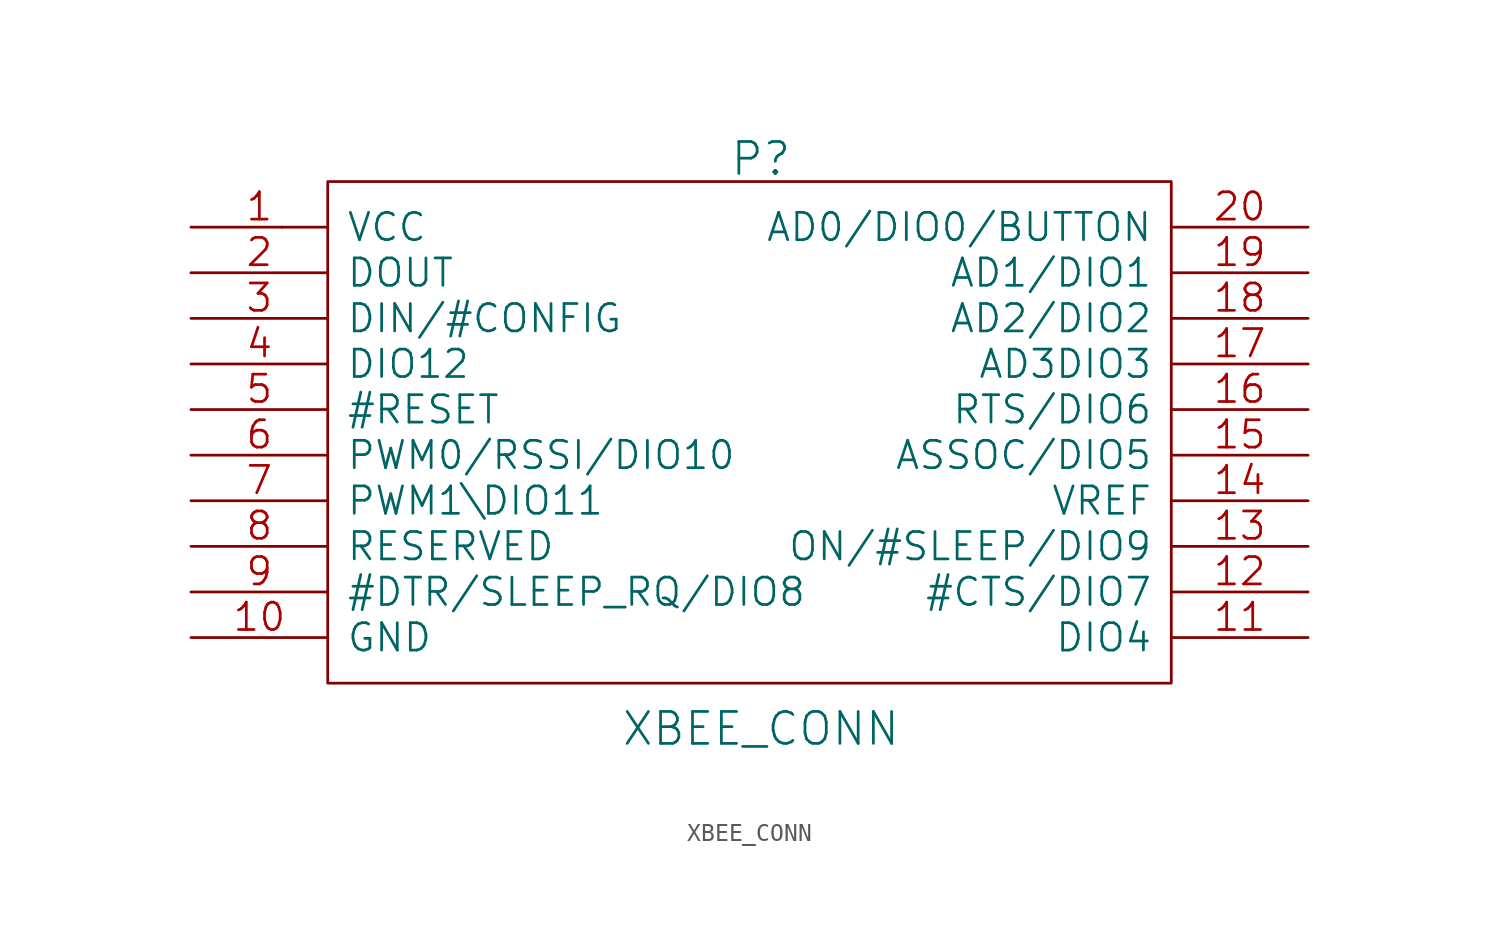
<source format=kicad_sym>
(kicad_symbol_lib
  (version 20220914)
  (generator kicad_symbol_editor)
  (symbol "XBEE_CONN"
    (pin_names
      (offset 1.016))
    (property "Reference" "P"
      (at 0 15.24 0)
      (effects (font (size 1.778 1.778))))
    (property "Value" "XBEE_CONN"
      (at 0 -16.51 0)
      (effects (font (size 1.778 1.778))))
    (property "Footprint" ""
      (at 0 0 0)
      (effects (font (size 1.524 1.524))))
    (property "Datasheet" ""
      (at 0 0 0)
      (effects (font (size 1.524 1.524))))
    (symbol "XBEE_CONN_0_1"
      (rectangle (start -26.67 11.43) (end -26.67 11.43) (stroke (width 0) (type solid)) (fill (type none)))
      (rectangle (start -24.13 13.97) (end 22.86 -13.97) (stroke (width 0) (type solid)) (fill (type none))))
    (symbol "XBEE_CONN_1_1"
      (pin power_in line (at -31.75 11.43 0) (length 7.62) (name "VCC" (effects (font (size 1.524 1.524)))) (number "1" (effects (font (size 1.524 1.524)))))
      (pin power_in line (at -31.75 -11.43 0) (length 7.62) (name "GND" (effects (font (size 1.524 1.524)))) (number "10" (effects (font (size 1.524 1.524)))))
      (pin passive line (at 30.48 -11.43 180) (length 7.62) (name "DIO4" (effects (font (size 1.524 1.524)))) (number "11" (effects (font (size 1.524 1.524)))))
      (pin passive line (at 30.48 -8.89 180) (length 7.62) (name "#CTS/DIO7" (effects (font (size 1.524 1.524)))) (number "12" (effects (font (size 1.524 1.524)))))
      (pin passive line (at 30.48 -6.35 180) (length 7.62) (name "ON/#SLEEP/DIO9" (effects (font (size 1.524 1.524)))) (number "13" (effects (font (size 1.524 1.524)))))
      (pin passive line (at 30.48 -3.81 180) (length 7.62) (name "VREF" (effects (font (size 1.524 1.524)))) (number "14" (effects (font (size 1.524 1.524)))))
      (pin passive line (at 30.48 -1.27 180) (length 7.62) (name "ASSOC/DIO5" (effects (font (size 1.524 1.524)))) (number "15" (effects (font (size 1.524 1.524)))))
      (pin passive line (at 30.48 1.27 180) (length 7.62) (name "RTS/DIO6" (effects (font (size 1.524 1.524)))) (number "16" (effects (font (size 1.524 1.524)))))
      (pin passive line (at 30.48 3.81 180) (length 7.62) (name "AD3DIO3" (effects (font (size 1.524 1.524)))) (number "17" (effects (font (size 1.524 1.524)))))
      (pin passive line (at 30.48 6.35 180) (length 7.62) (name "AD2/DIO2" (effects (font (size 1.524 1.524)))) (number "18" (effects (font (size 1.524 1.524)))))
      (pin passive line (at 30.48 8.89 180) (length 7.62) (name "AD1/DIO1" (effects (font (size 1.524 1.524)))) (number "19" (effects (font (size 1.524 1.524)))))
      (pin passive line (at -31.75 8.89 0) (length 7.62) (name "DOUT" (effects (font (size 1.524 1.524)))) (number "2" (effects (font (size 1.524 1.524)))))
      (pin passive line (at 30.48 11.43 180) (length 7.62) (name "AD0/DIO0/BUTTON" (effects (font (size 1.524 1.524)))) (number "20" (effects (font (size 1.524 1.524)))))
      (pin passive line (at -31.75 6.35 0) (length 7.62) (name "DIN/#CONFIG" (effects (font (size 1.524 1.524)))) (number "3" (effects (font (size 1.524 1.524)))))
      (pin passive line (at -31.75 3.81 0) (length 7.62) (name "DIO12" (effects (font (size 1.524 1.524)))) (number "4" (effects (font (size 1.524 1.524)))))
      (pin passive line (at -31.75 1.27 0) (length 7.62) (name "#RESET" (effects (font (size 1.524 1.524)))) (number "5" (effects (font (size 1.524 1.524)))))
      (pin passive line (at -31.75 -1.27 0) (length 7.62) (name "PWM0/RSSI/DIO10" (effects (font (size 1.524 1.524)))) (number "6" (effects (font (size 1.524 1.524)))))
      (pin passive line (at -31.75 -3.81 0) (length 7.62) (name "PWM1\\DIO11" (effects (font (size 1.524 1.524)))) (number "7" (effects (font (size 1.524 1.524)))))
      (pin passive line (at -31.75 -6.35 0) (length 7.62) (name "RESERVED" (effects (font (size 1.524 1.524)))) (number "8" (effects (font (size 1.524 1.524)))))
      (pin passive line (at -31.75 -8.89 0) (length 7.62) (name "#DTR/SLEEP_RQ/DIO8" (effects (font (size 1.524 1.524)))) (number "9" (effects (font (size 1.524 1.524))))))))
</source>
